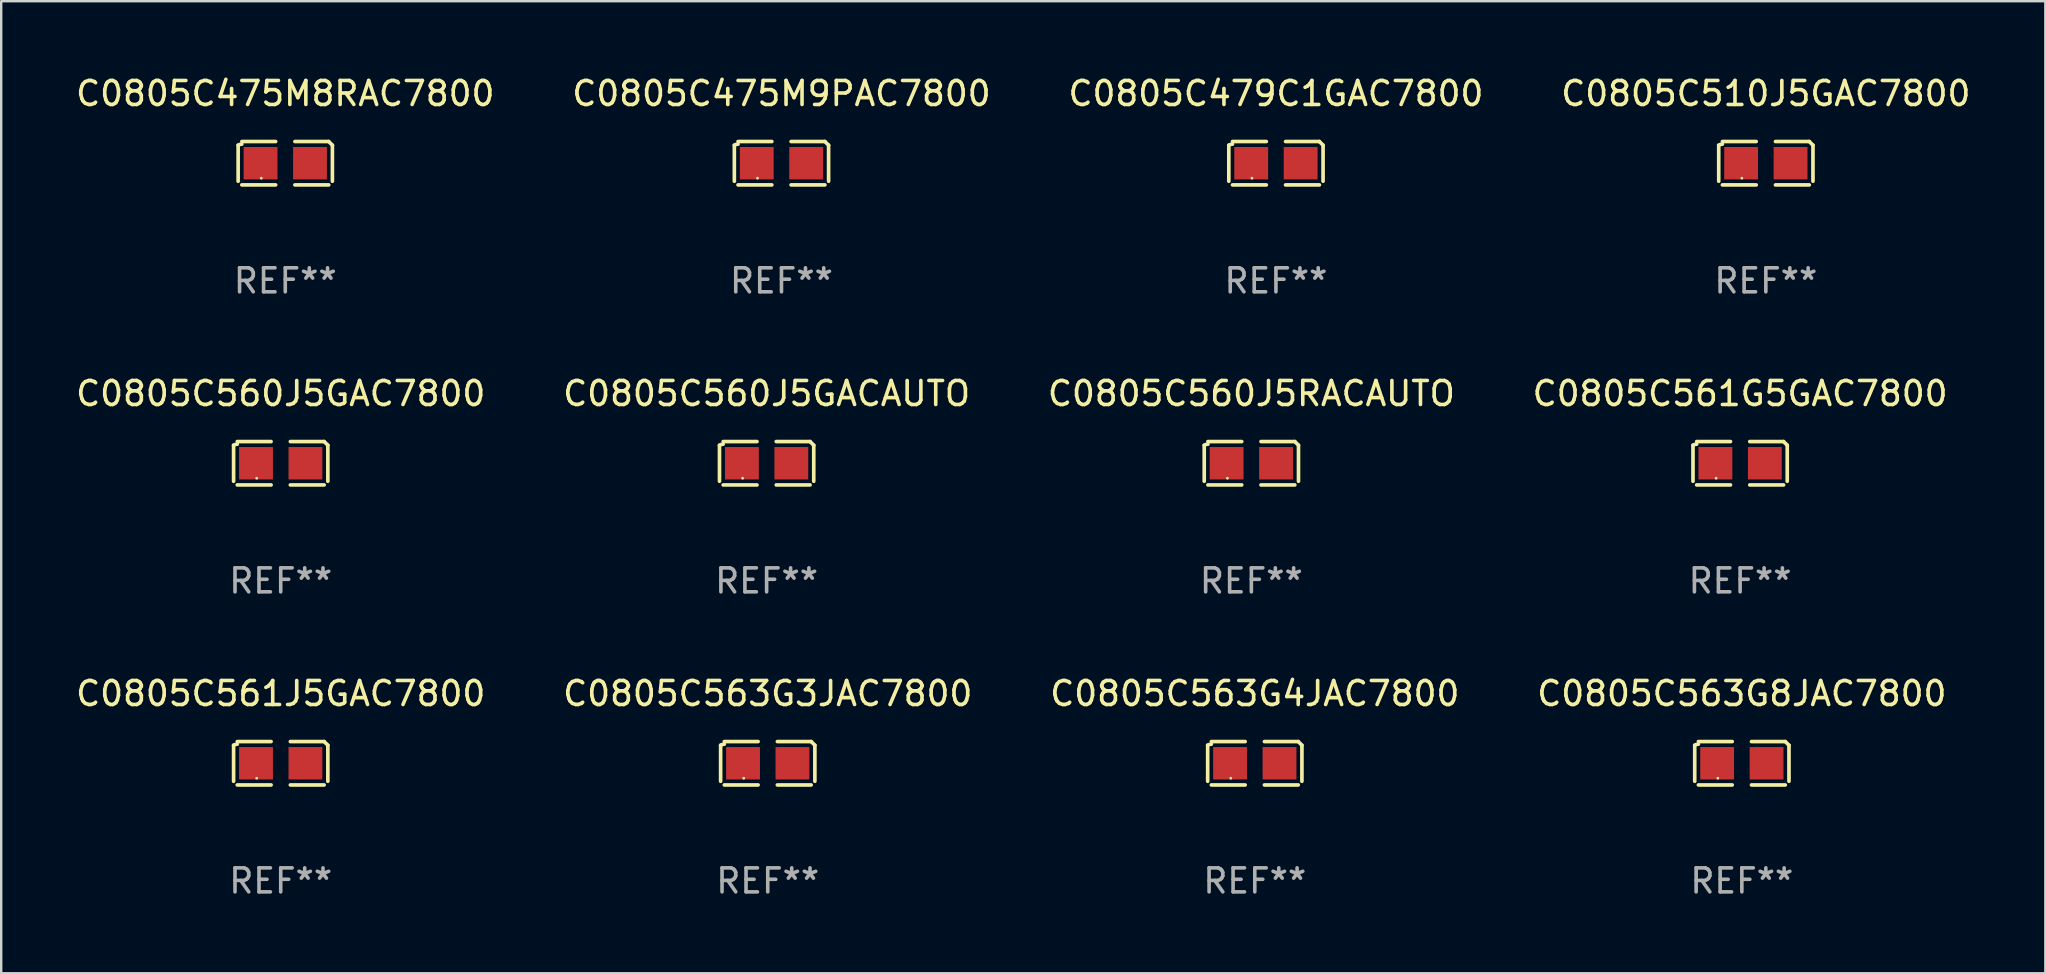
<source format=kicad_pcb>
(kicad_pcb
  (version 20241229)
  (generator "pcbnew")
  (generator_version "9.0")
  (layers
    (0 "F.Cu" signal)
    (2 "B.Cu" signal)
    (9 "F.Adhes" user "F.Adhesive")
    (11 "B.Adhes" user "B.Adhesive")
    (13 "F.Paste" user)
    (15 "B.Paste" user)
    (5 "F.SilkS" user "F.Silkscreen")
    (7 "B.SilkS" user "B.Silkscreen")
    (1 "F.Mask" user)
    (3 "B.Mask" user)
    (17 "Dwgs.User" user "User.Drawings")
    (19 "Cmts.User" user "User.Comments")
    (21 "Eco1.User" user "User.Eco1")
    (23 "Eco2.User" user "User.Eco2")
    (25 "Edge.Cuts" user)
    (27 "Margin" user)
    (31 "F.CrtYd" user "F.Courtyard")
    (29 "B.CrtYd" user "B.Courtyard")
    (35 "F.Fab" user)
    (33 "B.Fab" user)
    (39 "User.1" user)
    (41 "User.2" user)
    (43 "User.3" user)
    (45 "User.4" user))
  (footprint "C0805C563G4JAC7800"
    (layer "F.Cu")
    (at 49.244 28.759)
    (property "Reference" "C0805C563G4JAC7800" (at 0 -2.904 0) (layer "F.SilkS") (effects (font (size 1 1) (thickness 0.15))))
    (attr through_hole)
    (fp_line (start -1.964 0.751) (end -1.964 -0.751) (stroke (width 0.152) (type solid)) (layer "F.SilkS"))
    (fp_line (start -1.811 -0.904) (end -0.401 -0.904) (stroke (width 0.152) (type solid)) (layer "F.SilkS"))
    (fp_line (start -0.401 0.904) (end -1.811 0.904) (stroke (width 0.152) (type solid)) (layer "F.SilkS"))
    (fp_line (start 0.401 0.904) (end 1.811 0.904) (stroke (width 0.152) (type solid)) (layer "F.SilkS"))
    (fp_line (start 1.811 -0.904) (end 0.401 -0.904) (stroke (width 0.152) (type solid)) (layer "F.SilkS"))
    (fp_line (start 1.964 0.751) (end 1.964 -0.751) (stroke (width 0.152) (type solid)) (layer "F.SilkS"))
    (fp_arc (start -1.963602 -0.751207) (mid -1.890354 -0.783131) (end -1.811201 -0.794044) (stroke (width 0.1524) (type solid)) (layer "F.SilkS"))
    (fp_arc (start 1.811202 -0.903607) (mid 1.887413 -0.827418) (end 1.963602 -0.751207) (stroke (width 0.1524) (type solid)) (layer "F.SilkS"))
    (fp_circle (center -1 0.625) (end -0.97 0.625) (stroke (width 0.06) (type solid)) (fill no) (layer "F.SilkS"))
    (fp_text user "REF**" (at 0 4.904 0) (layer "F.Fab") (effects (font (size 1 1) (thickness 0.15))))
    (pad "1" smd rect (at -1.03 0) (size 1.41 1.35) (layers "F.Cu" "F.Mask" "F.Paste"))
    (pad "2" smd rect (at 1.03 0) (size 1.41 1.35) (layers "F.Cu" "F.Mask" "F.Paste")))
  (footprint "C0805C563G3JAC7800"
    (layer "F.Cu")
    (at 28.946 28.759)
    (property "Reference" "C0805C563G3JAC7800" (at 0 -2.904 0) (layer "F.SilkS") (effects (font (size 1 1) (thickness 0.15))))
    (attr through_hole)
    (fp_line (start -1.964 0.751) (end -1.964 -0.751) (stroke (width 0.152) (type solid)) (layer "F.SilkS"))
    (fp_line (start -1.811 -0.904) (end -0.401 -0.904) (stroke (width 0.152) (type solid)) (layer "F.SilkS"))
    (fp_line (start -0.401 0.904) (end -1.811 0.904) (stroke (width 0.152) (type solid)) (layer "F.SilkS"))
    (fp_line (start 0.401 0.904) (end 1.811 0.904) (stroke (width 0.152) (type solid)) (layer "F.SilkS"))
    (fp_line (start 1.811 -0.904) (end 0.401 -0.904) (stroke (width 0.152) (type solid)) (layer "F.SilkS"))
    (fp_line (start 1.964 0.751) (end 1.964 -0.751) (stroke (width 0.152) (type solid)) (layer "F.SilkS"))
    (fp_arc (start -1.963602 -0.751207) (mid -1.890354 -0.783131) (end -1.811201 -0.794044) (stroke (width 0.1524) (type solid)) (layer "F.SilkS"))
    (fp_arc (start 1.811202 -0.903607) (mid 1.887413 -0.827418) (end 1.963602 -0.751207) (stroke (width 0.1524) (type solid)) (layer "F.SilkS"))
    (fp_circle (center -1 0.625) (end -0.97 0.625) (stroke (width 0.06) (type solid)) (fill no) (layer "F.SilkS"))
    (fp_text user "REF**" (at 0 4.904 0) (layer "F.Fab") (effects (font (size 1 1) (thickness 0.15))))
    (pad "1" smd rect (at -1.03 0) (size 1.41 1.35) (layers "F.Cu" "F.Mask" "F.Paste"))
    (pad "2" smd rect (at 1.03 0) (size 1.41 1.35) (layers "F.Cu" "F.Mask" "F.Paste")))
  (footprint "C0805C510J5GAC7800"
    (layer "F.Cu")
    (at 70.542 3.752)
    (property "Reference" "C0805C510J5GAC7800" (at 0 -2.904 0) (layer "F.SilkS") (effects (font (size 1 1) (thickness 0.15))))
    (attr through_hole)
    (fp_line (start -1.964 0.751) (end -1.964 -0.751) (stroke (width 0.152) (type solid)) (layer "F.SilkS"))
    (fp_line (start -1.811 -0.904) (end -0.401 -0.904) (stroke (width 0.152) (type solid)) (layer "F.SilkS"))
    (fp_line (start -0.401 0.904) (end -1.811 0.904) (stroke (width 0.152) (type solid)) (layer "F.SilkS"))
    (fp_line (start 0.401 0.904) (end 1.811 0.904) (stroke (width 0.152) (type solid)) (layer "F.SilkS"))
    (fp_line (start 1.811 -0.904) (end 0.401 -0.904) (stroke (width 0.152) (type solid)) (layer "F.SilkS"))
    (fp_line (start 1.964 0.751) (end 1.964 -0.751) (stroke (width 0.152) (type solid)) (layer "F.SilkS"))
    (fp_arc (start -1.963602 -0.751207) (mid -1.890354 -0.783131) (end -1.811201 -0.794044) (stroke (width 0.1524) (type solid)) (layer "F.SilkS"))
    (fp_arc (start 1.811202 -0.903607) (mid 1.887413 -0.827418) (end 1.963602 -0.751207) (stroke (width 0.1524) (type solid)) (layer "F.SilkS"))
    (fp_circle (center -1 0.625) (end -0.97 0.625) (stroke (width 0.06) (type solid)) (fill no) (layer "F.SilkS"))
    (fp_text user "REF**" (at 0 4.904 0) (layer "F.Fab") (effects (font (size 1 1) (thickness 0.15))))
    (pad "1" smd rect (at -1.03 0) (size 1.41 1.35) (layers "F.Cu" "F.Mask" "F.Paste"))
    (pad "2" smd rect (at 1.03 0) (size 1.41 1.35) (layers "F.Cu" "F.Mask" "F.Paste")))
  (footprint "C0805C561J5GAC7800"
    (layer "F.Cu")
    (at 8.649 28.759)
    (property "Reference" "C0805C561J5GAC7800" (at 0 -2.904 0) (layer "F.SilkS") (effects (font (size 1 1) (thickness 0.15))))
    (attr through_hole)
    (fp_line (start -1.964 0.751) (end -1.964 -0.751) (stroke (width 0.152) (type solid)) (layer "F.SilkS"))
    (fp_line (start -1.811 -0.904) (end -0.401 -0.904) (stroke (width 0.152) (type solid)) (layer "F.SilkS"))
    (fp_line (start -0.401 0.904) (end -1.811 0.904) (stroke (width 0.152) (type solid)) (layer "F.SilkS"))
    (fp_line (start 0.401 0.904) (end 1.811 0.904) (stroke (width 0.152) (type solid)) (layer "F.SilkS"))
    (fp_line (start 1.811 -0.904) (end 0.401 -0.904) (stroke (width 0.152) (type solid)) (layer "F.SilkS"))
    (fp_line (start 1.964 0.751) (end 1.964 -0.751) (stroke (width 0.152) (type solid)) (layer "F.SilkS"))
    (fp_arc (start -1.963602 -0.751207) (mid -1.890354 -0.783131) (end -1.811201 -0.794044) (stroke (width 0.1524) (type solid)) (layer "F.SilkS"))
    (fp_arc (start 1.811202 -0.903607) (mid 1.887413 -0.827418) (end 1.963602 -0.751207) (stroke (width 0.1524) (type solid)) (layer "F.SilkS"))
    (fp_circle (center -1 0.625) (end -0.97 0.625) (stroke (width 0.06) (type solid)) (fill no) (layer "F.SilkS"))
    (fp_text user "REF**" (at 0 4.904 0) (layer "F.Fab") (effects (font (size 1 1) (thickness 0.15))))
    (pad "1" smd rect (at -1.03 0) (size 1.41 1.35) (layers "F.Cu" "F.Mask" "F.Paste"))
    (pad "2" smd rect (at 1.03 0) (size 1.41 1.35) (layers "F.Cu" "F.Mask" "F.Paste")))
  (footprint "C0805C560J5GAC7800"
    (layer "F.Cu")
    (at 8.649 16.256)
    (property "Reference" "C0805C560J5GAC7800" (at 0 -2.904 0) (layer "F.SilkS") (effects (font (size 1 1) (thickness 0.15))))
    (attr through_hole)
    (fp_line (start -1.964 0.751) (end -1.964 -0.751) (stroke (width 0.152) (type solid)) (layer "F.SilkS"))
    (fp_line (start -1.811 -0.904) (end -0.401 -0.904) (stroke (width 0.152) (type solid)) (layer "F.SilkS"))
    (fp_line (start -0.401 0.904) (end -1.811 0.904) (stroke (width 0.152) (type solid)) (layer "F.SilkS"))
    (fp_line (start 0.401 0.904) (end 1.811 0.904) (stroke (width 0.152) (type solid)) (layer "F.SilkS"))
    (fp_line (start 1.811 -0.904) (end 0.401 -0.904) (stroke (width 0.152) (type solid)) (layer "F.SilkS"))
    (fp_line (start 1.964 0.751) (end 1.964 -0.751) (stroke (width 0.152) (type solid)) (layer "F.SilkS"))
    (fp_arc (start -1.963602 -0.751207) (mid -1.890354 -0.783131) (end -1.811201 -0.794044) (stroke (width 0.1524) (type solid)) (layer "F.SilkS"))
    (fp_arc (start 1.811202 -0.903607) (mid 1.887413 -0.827418) (end 1.963602 -0.751207) (stroke (width 0.1524) (type solid)) (layer "F.SilkS"))
    (fp_circle (center -1 0.625) (end -0.97 0.625) (stroke (width 0.06) (type solid)) (fill no) (layer "F.SilkS"))
    (fp_text user "REF**" (at 0 4.904 0) (layer "F.Fab") (effects (font (size 1 1) (thickness 0.15))))
    (pad "1" smd rect (at -1.03 0) (size 1.41 1.35) (layers "F.Cu" "F.Mask" "F.Paste"))
    (pad "2" smd rect (at 1.03 0) (size 1.41 1.35) (layers "F.Cu" "F.Mask" "F.Paste")))
  (footprint "C0805C475M8RAC7800"
    (layer "F.Cu")
    (at 8.839 3.752)
    (property "Reference" "C0805C475M8RAC7800" (at 0 -2.904 0) (layer "F.SilkS") (effects (font (size 1 1) (thickness 0.15))))
    (attr through_hole)
    (fp_line (start -1.964 0.751) (end -1.964 -0.751) (stroke (width 0.152) (type solid)) (layer "F.SilkS"))
    (fp_line (start -1.811 -0.904) (end -0.401 -0.904) (stroke (width 0.152) (type solid)) (layer "F.SilkS"))
    (fp_line (start -0.401 0.904) (end -1.811 0.904) (stroke (width 0.152) (type solid)) (layer "F.SilkS"))
    (fp_line (start 0.401 0.904) (end 1.811 0.904) (stroke (width 0.152) (type solid)) (layer "F.SilkS"))
    (fp_line (start 1.811 -0.904) (end 0.401 -0.904) (stroke (width 0.152) (type solid)) (layer "F.SilkS"))
    (fp_line (start 1.964 0.751) (end 1.964 -0.751) (stroke (width 0.152) (type solid)) (layer "F.SilkS"))
    (fp_arc (start -1.963602 -0.751207) (mid -1.890354 -0.783131) (end -1.811201 -0.794044) (stroke (width 0.1524) (type solid)) (layer "F.SilkS"))
    (fp_arc (start 1.811202 -0.903607) (mid 1.887413 -0.827418) (end 1.963602 -0.751207) (stroke (width 0.1524) (type solid)) (layer "F.SilkS"))
    (fp_circle (center -1 0.625) (end -0.97 0.625) (stroke (width 0.06) (type solid)) (fill no) (layer "F.SilkS"))
    (fp_text user "REF**" (at 0 4.904 0) (layer "F.Fab") (effects (font (size 1 1) (thickness 0.15))))
    (pad "1" smd rect (at -1.03 0) (size 1.41 1.35) (layers "F.Cu" "F.Mask" "F.Paste"))
    (pad "2" smd rect (at 1.03 0) (size 1.41 1.35) (layers "F.Cu" "F.Mask" "F.Paste")))
  (footprint "C0805C475M9PAC7800"
    (layer "F.Cu")
    (at 29.518 3.752)
    (property "Reference" "C0805C475M9PAC7800" (at 0 -2.904 0) (layer "F.SilkS") (effects (font (size 1 1) (thickness 0.15))))
    (attr through_hole)
    (fp_line (start -1.964 0.751) (end -1.964 -0.751) (stroke (width 0.152) (type solid)) (layer "F.SilkS"))
    (fp_line (start -1.811 -0.904) (end -0.401 -0.904) (stroke (width 0.152) (type solid)) (layer "F.SilkS"))
    (fp_line (start -0.401 0.904) (end -1.811 0.904) (stroke (width 0.152) (type solid)) (layer "F.SilkS"))
    (fp_line (start 0.401 0.904) (end 1.811 0.904) (stroke (width 0.152) (type solid)) (layer "F.SilkS"))
    (fp_line (start 1.811 -0.904) (end 0.401 -0.904) (stroke (width 0.152) (type solid)) (layer "F.SilkS"))
    (fp_line (start 1.964 0.751) (end 1.964 -0.751) (stroke (width 0.152) (type solid)) (layer "F.SilkS"))
    (fp_arc (start -1.963602 -0.751207) (mid -1.890354 -0.783131) (end -1.811201 -0.794044) (stroke (width 0.1524) (type solid)) (layer "F.SilkS"))
    (fp_arc (start 1.811202 -0.903607) (mid 1.887413 -0.827418) (end 1.963602 -0.751207) (stroke (width 0.1524) (type solid)) (layer "F.SilkS"))
    (fp_circle (center -1 0.625) (end -0.97 0.625) (stroke (width 0.06) (type solid)) (fill no) (layer "F.SilkS"))
    (fp_text user "REF**" (at 0 4.904 0) (layer "F.Fab") (effects (font (size 1 1) (thickness 0.15))))
    (pad "1" smd rect (at -1.03 0) (size 1.41 1.35) (layers "F.Cu" "F.Mask" "F.Paste"))
    (pad "2" smd rect (at 1.03 0) (size 1.41 1.35) (layers "F.Cu" "F.Mask" "F.Paste")))
  (footprint "C0805C560J5GACAUTO"
    (layer "F.Cu")
    (at 28.899 16.256)
    (property "Reference" "C0805C560J5GACAUTO" (at 0 -2.904 0) (layer "F.SilkS") (effects (font (size 1 1) (thickness 0.15))))
    (attr through_hole)
    (fp_line (start -1.964 0.751) (end -1.964 -0.751) (stroke (width 0.152) (type solid)) (layer "F.SilkS"))
    (fp_line (start -1.811 -0.904) (end -0.401 -0.904) (stroke (width 0.152) (type solid)) (layer "F.SilkS"))
    (fp_line (start -0.401 0.904) (end -1.811 0.904) (stroke (width 0.152) (type solid)) (layer "F.SilkS"))
    (fp_line (start 0.401 0.904) (end 1.811 0.904) (stroke (width 0.152) (type solid)) (layer "F.SilkS"))
    (fp_line (start 1.811 -0.904) (end 0.401 -0.904) (stroke (width 0.152) (type solid)) (layer "F.SilkS"))
    (fp_line (start 1.964 0.751) (end 1.964 -0.751) (stroke (width 0.152) (type solid)) (layer "F.SilkS"))
    (fp_arc (start -1.963602 -0.751207) (mid -1.890354 -0.783131) (end -1.811201 -0.794044) (stroke (width 0.1524) (type solid)) (layer "F.SilkS"))
    (fp_arc (start 1.811202 -0.903607) (mid 1.887413 -0.827418) (end 1.963602 -0.751207) (stroke (width 0.1524) (type solid)) (layer "F.SilkS"))
    (fp_circle (center -1 0.625) (end -0.97 0.625) (stroke (width 0.06) (type solid)) (fill no) (layer "F.SilkS"))
    (fp_text user "REF**" (at 0 4.904 0) (layer "F.Fab") (effects (font (size 1 1) (thickness 0.15))))
    (pad "1" smd rect (at -1.03 0) (size 1.41 1.35) (layers "F.Cu" "F.Mask" "F.Paste"))
    (pad "2" smd rect (at 1.03 0) (size 1.41 1.35) (layers "F.Cu" "F.Mask" "F.Paste")))
  (footprint "C0805C561G5GAC7800"
    (layer "F.Cu")
    (at 69.47 16.256)
    (property "Reference" "C0805C561G5GAC7800" (at 0 -2.904 0) (layer "F.SilkS") (effects (font (size 1 1) (thickness 0.15))))
    (attr through_hole)
    (fp_line (start -1.964 0.751) (end -1.964 -0.751) (stroke (width 0.152) (type solid)) (layer "F.SilkS"))
    (fp_line (start -1.811 -0.904) (end -0.401 -0.904) (stroke (width 0.152) (type solid)) (layer "F.SilkS"))
    (fp_line (start -0.401 0.904) (end -1.811 0.904) (stroke (width 0.152) (type solid)) (layer "F.SilkS"))
    (fp_line (start 0.401 0.904) (end 1.811 0.904) (stroke (width 0.152) (type solid)) (layer "F.SilkS"))
    (fp_line (start 1.811 -0.904) (end 0.401 -0.904) (stroke (width 0.152) (type solid)) (layer "F.SilkS"))
    (fp_line (start 1.964 0.751) (end 1.964 -0.751) (stroke (width 0.152) (type solid)) (layer "F.SilkS"))
    (fp_arc (start -1.963602 -0.751207) (mid -1.890354 -0.783131) (end -1.811201 -0.794044) (stroke (width 0.1524) (type solid)) (layer "F.SilkS"))
    (fp_arc (start 1.811202 -0.903607) (mid 1.887413 -0.827418) (end 1.963602 -0.751207) (stroke (width 0.1524) (type solid)) (layer "F.SilkS"))
    (fp_circle (center -1 0.625) (end -0.97 0.625) (stroke (width 0.06) (type solid)) (fill no) (layer "F.SilkS"))
    (fp_text user "REF**" (at 0 4.904 0) (layer "F.Fab") (effects (font (size 1 1) (thickness 0.15))))
    (pad "1" smd rect (at -1.03 0) (size 1.41 1.35) (layers "F.Cu" "F.Mask" "F.Paste"))
    (pad "2" smd rect (at 1.03 0) (size 1.41 1.35) (layers "F.Cu" "F.Mask" "F.Paste")))
  (footprint "C0805C479C1GAC7800"
    (layer "F.Cu")
    (at 50.125 3.752)
    (property "Reference" "C0805C479C1GAC7800" (at 0 -2.904 0) (layer "F.SilkS") (effects (font (size 1 1) (thickness 0.15))))
    (attr through_hole)
    (fp_line (start -1.964 0.751) (end -1.964 -0.751) (stroke (width 0.152) (type solid)) (layer "F.SilkS"))
    (fp_line (start -1.811 -0.904) (end -0.401 -0.904) (stroke (width 0.152) (type solid)) (layer "F.SilkS"))
    (fp_line (start -0.401 0.904) (end -1.811 0.904) (stroke (width 0.152) (type solid)) (layer "F.SilkS"))
    (fp_line (start 0.401 0.904) (end 1.811 0.904) (stroke (width 0.152) (type solid)) (layer "F.SilkS"))
    (fp_line (start 1.811 -0.904) (end 0.401 -0.904) (stroke (width 0.152) (type solid)) (layer "F.SilkS"))
    (fp_line (start 1.964 0.751) (end 1.964 -0.751) (stroke (width 0.152) (type solid)) (layer "F.SilkS"))
    (fp_arc (start -1.963602 -0.751207) (mid -1.890354 -0.783131) (end -1.811201 -0.794044) (stroke (width 0.1524) (type solid)) (layer "F.SilkS"))
    (fp_arc (start 1.811202 -0.903607) (mid 1.887413 -0.827418) (end 1.963602 -0.751207) (stroke (width 0.1524) (type solid)) (layer "F.SilkS"))
    (fp_circle (center -1 0.625) (end -0.97 0.625) (stroke (width 0.06) (type solid)) (fill no) (layer "F.SilkS"))
    (fp_text user "REF**" (at 0 4.904 0) (layer "F.Fab") (effects (font (size 1 1) (thickness 0.15))))
    (pad "1" smd rect (at -1.03 0) (size 1.41 1.35) (layers "F.Cu" "F.Mask" "F.Paste"))
    (pad "2" smd rect (at 1.03 0) (size 1.41 1.35) (layers "F.Cu" "F.Mask" "F.Paste")))
  (footprint "C0805C560J5RACAUTO"
    (layer "F.Cu")
    (at 49.101 16.256)
    (property "Reference" "C0805C560J5RACAUTO" (at 0 -2.904 0) (layer "F.SilkS") (effects (font (size 1 1) (thickness 0.15))))
    (attr through_hole)
    (fp_line (start -1.964 0.751) (end -1.964 -0.751) (stroke (width 0.152) (type solid)) (layer "F.SilkS"))
    (fp_line (start -1.811 -0.904) (end -0.401 -0.904) (stroke (width 0.152) (type solid)) (layer "F.SilkS"))
    (fp_line (start -0.401 0.904) (end -1.811 0.904) (stroke (width 0.152) (type solid)) (layer "F.SilkS"))
    (fp_line (start 0.401 0.904) (end 1.811 0.904) (stroke (width 0.152) (type solid)) (layer "F.SilkS"))
    (fp_line (start 1.811 -0.904) (end 0.401 -0.904) (stroke (width 0.152) (type solid)) (layer "F.SilkS"))
    (fp_line (start 1.964 0.751) (end 1.964 -0.751) (stroke (width 0.152) (type solid)) (layer "F.SilkS"))
    (fp_arc (start -1.963602 -0.751207) (mid -1.890354 -0.783131) (end -1.811201 -0.794044) (stroke (width 0.1524) (type solid)) (layer "F.SilkS"))
    (fp_arc (start 1.811202 -0.903607) (mid 1.887413 -0.827418) (end 1.963602 -0.751207) (stroke (width 0.1524) (type solid)) (layer "F.SilkS"))
    (fp_circle (center -1 0.625) (end -0.97 0.625) (stroke (width 0.06) (type solid)) (fill no) (layer "F.SilkS"))
    (fp_text user "REF**" (at 0 4.904 0) (layer "F.Fab") (effects (font (size 1 1) (thickness 0.15))))
    (pad "1" smd rect (at -1.03 0) (size 1.41 1.35) (layers "F.Cu" "F.Mask" "F.Paste"))
    (pad "2" smd rect (at 1.03 0) (size 1.41 1.35) (layers "F.Cu" "F.Mask" "F.Paste")))
  (footprint "C0805C563G8JAC7800"
    (layer "F.Cu")
    (at 69.542 28.759)
    (property "Reference" "C0805C563G8JAC7800" (at 0 -2.904 0) (layer "F.SilkS") (effects (font (size 1 1) (thickness 0.15))))
    (attr through_hole)
    (fp_line (start -1.964 0.751) (end -1.964 -0.751) (stroke (width 0.152) (type solid)) (layer "F.SilkS"))
    (fp_line (start -1.811 -0.904) (end -0.401 -0.904) (stroke (width 0.152) (type solid)) (layer "F.SilkS"))
    (fp_line (start -0.401 0.904) (end -1.811 0.904) (stroke (width 0.152) (type solid)) (layer "F.SilkS"))
    (fp_line (start 0.401 0.904) (end 1.811 0.904) (stroke (width 0.152) (type solid)) (layer "F.SilkS"))
    (fp_line (start 1.811 -0.904) (end 0.401 -0.904) (stroke (width 0.152) (type solid)) (layer "F.SilkS"))
    (fp_line (start 1.964 0.751) (end 1.964 -0.751) (stroke (width 0.152) (type solid)) (layer "F.SilkS"))
    (fp_arc (start -1.963602 -0.751207) (mid -1.890354 -0.783131) (end -1.811201 -0.794044) (stroke (width 0.1524) (type solid)) (layer "F.SilkS"))
    (fp_arc (start 1.811202 -0.903607) (mid 1.887413 -0.827418) (end 1.963602 -0.751207) (stroke (width 0.1524) (type solid)) (layer "F.SilkS"))
    (fp_circle (center -1 0.625) (end -0.97 0.625) (stroke (width 0.06) (type solid)) (fill no) (layer "F.SilkS"))
    (fp_text user "REF**" (at 0 4.904 0) (layer "F.Fab") (effects (font (size 1 1) (thickness 0.15))))
    (pad "1" smd rect (at -1.03 0) (size 1.41 1.35) (layers "F.Cu" "F.Mask" "F.Paste"))
    (pad "2" smd rect (at 1.03 0) (size 1.41 1.35) (layers "F.Cu" "F.Mask" "F.Paste")))
  (gr_rect
    (start -3 -3)
    (end 82.19 37.511)
    (stroke (width 0.1) (type default))
    (fill no)
    (layer "Edge.Cuts")))
</source>
